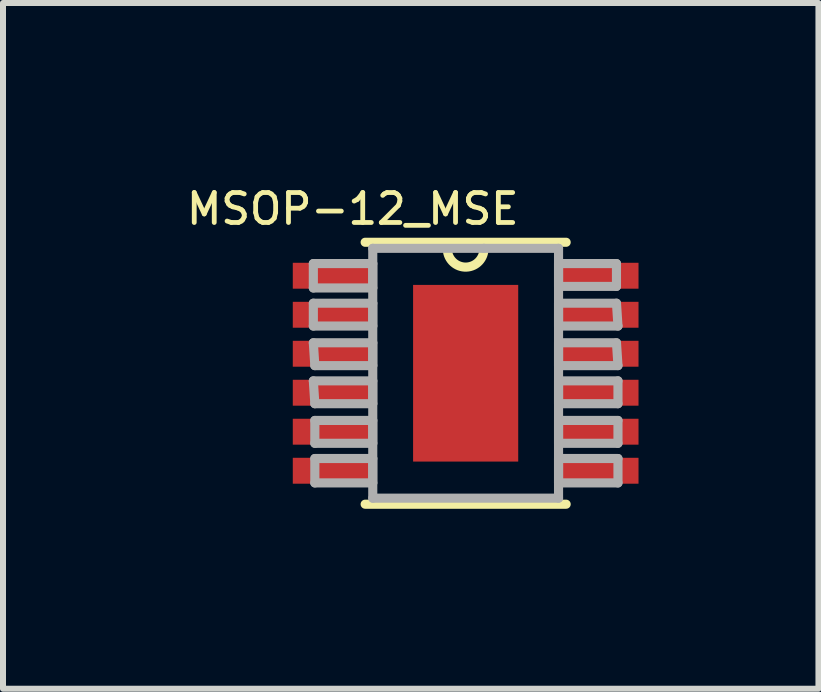
<source format=kicad_pcb>
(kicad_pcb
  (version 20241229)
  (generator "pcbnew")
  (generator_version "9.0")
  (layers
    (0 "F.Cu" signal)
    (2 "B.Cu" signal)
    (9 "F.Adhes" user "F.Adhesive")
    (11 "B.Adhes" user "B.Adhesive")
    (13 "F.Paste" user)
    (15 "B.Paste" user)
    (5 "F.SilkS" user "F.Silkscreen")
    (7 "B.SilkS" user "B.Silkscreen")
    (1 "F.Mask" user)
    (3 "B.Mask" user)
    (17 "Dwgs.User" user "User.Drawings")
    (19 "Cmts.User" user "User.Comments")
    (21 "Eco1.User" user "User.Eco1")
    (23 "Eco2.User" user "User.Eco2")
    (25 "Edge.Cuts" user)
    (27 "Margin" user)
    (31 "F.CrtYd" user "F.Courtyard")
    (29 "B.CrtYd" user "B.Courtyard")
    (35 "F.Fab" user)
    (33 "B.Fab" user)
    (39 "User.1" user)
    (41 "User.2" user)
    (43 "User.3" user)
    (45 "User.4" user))
  (footprint "MSOP-12_MSE"
    (layer "F.Cu")
    (at 4.715 3.174)
    (property "Reference" "MSOP-12_MSE" (at -1.883 -2.741 0) (layer "F.SilkS") (effects (font (size 0.5 0.5) (thickness 0.08) (bold yes))))
    (attr smd)
    (fp_line (start -1.676 2.184) (end 1.676 2.184) (stroke (width 0.152) (type solid)) (layer "F.SilkS"))
    (fp_line (start 1.676 -2.184) (end -1.676 -2.184) (stroke (width 0.152) (type solid)) (layer "F.SilkS"))
    (fp_arc (start 0.3048 -2.0828) (mid 0.0127 -1.7653) (end -0.3048 -2.0574) (stroke (width 0.1524) (type solid)) (layer "F.SilkS"))
    (fp_poly (pts (xy -0.776 -1.373) (xy -0.776 -0.1) (xy 0.776 -0.1) (xy 0.776 -1.373)) (stroke (width 0.025) (type solid)) (fill yes) (layer "F.Paste"))
    (fp_poly (pts (xy -0.776 0.1) (xy -0.776 1.373) (xy 0.776 1.373) (xy 0.776 0.1)) (stroke (width 0.025) (type solid)) (fill yes) (layer "F.Paste"))
    (fp_line (start -2.54 -1.829) (end -2.54 -1.422) (stroke (width 0.152) (type solid)) (layer "F.Fab"))
    (fp_line (start -2.54 -1.422) (end -1.549 -1.422) (stroke (width 0.152) (type solid)) (layer "F.Fab"))
    (fp_line (start -2.54 -1.168) (end -2.54 -0.787) (stroke (width 0.152) (type solid)) (layer "F.Fab"))
    (fp_line (start -2.54 -0.787) (end -1.549 -0.787) (stroke (width 0.152) (type solid)) (layer "F.Fab"))
    (fp_line (start -2.54 -0.508) (end -2.515 -0.127) (stroke (width 0.152) (type solid)) (layer "F.Fab"))
    (fp_line (start -2.54 0.127) (end -2.515 0.508) (stroke (width 0.152) (type solid)) (layer "F.Fab"))
    (fp_line (start -2.515 -0.127) (end -1.549 -0.127) (stroke (width 0.152) (type solid)) (layer "F.Fab"))
    (fp_line (start -2.515 0.508) (end -1.549 0.508) (stroke (width 0.152) (type solid)) (layer "F.Fab"))
    (fp_line (start -2.515 0.787) (end -2.515 1.168) (stroke (width 0.152) (type solid)) (layer "F.Fab"))
    (fp_line (start -2.515 1.168) (end -1.549 1.168) (stroke (width 0.152) (type solid)) (layer "F.Fab"))
    (fp_line (start -2.515 1.422) (end -2.515 1.829) (stroke (width 0.152) (type solid)) (layer "F.Fab"))
    (fp_line (start -2.515 1.829) (end -1.549 1.829) (stroke (width 0.152) (type solid)) (layer "F.Fab"))
    (fp_line (start -1.549 -2.083) (end -1.549 2.083) (stroke (width 0.152) (type solid)) (layer "F.Fab"))
    (fp_line (start -1.549 -1.829) (end -2.54 -1.829) (stroke (width 0.152) (type solid)) (layer "F.Fab"))
    (fp_line (start -1.549 -1.422) (end -1.549 -1.829) (stroke (width 0.152) (type solid)) (layer "F.Fab"))
    (fp_line (start -1.549 -1.168) (end -2.54 -1.168) (stroke (width 0.152) (type solid)) (layer "F.Fab"))
    (fp_line (start -1.549 -0.787) (end -1.549 -1.168) (stroke (width 0.152) (type solid)) (layer "F.Fab"))
    (fp_line (start -1.549 -0.508) (end -2.54 -0.508) (stroke (width 0.152) (type solid)) (layer "F.Fab"))
    (fp_line (start -1.549 -0.127) (end -1.549 -0.508) (stroke (width 0.152) (type solid)) (layer "F.Fab"))
    (fp_line (start -1.549 0.127) (end -2.54 0.127) (stroke (width 0.152) (type solid)) (layer "F.Fab"))
    (fp_line (start -1.549 0.508) (end -1.549 0.127) (stroke (width 0.152) (type solid)) (layer "F.Fab"))
    (fp_line (start -1.549 0.787) (end -2.515 0.787) (stroke (width 0.152) (type solid)) (layer "F.Fab"))
    (fp_line (start -1.549 1.168) (end -1.549 0.787) (stroke (width 0.152) (type solid)) (layer "F.Fab"))
    (fp_line (start -1.549 1.422) (end -2.515 1.422) (stroke (width 0.152) (type solid)) (layer "F.Fab"))
    (fp_line (start -1.549 1.829) (end -1.549 1.422) (stroke (width 0.152) (type solid)) (layer "F.Fab"))
    (fp_line (start -1.549 2.083) (end 1.549 2.083) (stroke (width 0.152) (type solid)) (layer "F.Fab"))
    (fp_line (start 0.305 -2.083) (end -1.549 -2.083) (stroke (width 0.152) (type solid)) (layer "F.Fab"))
    (fp_line (start 1.549 -2.083) (end 0.305 -2.083) (stroke (width 0.152) (type solid)) (layer "F.Fab"))
    (fp_line (start 1.549 -1.829) (end 1.549 -1.448) (stroke (width 0.152) (type solid)) (layer "F.Fab"))
    (fp_line (start 1.549 -1.448) (end 2.515 -1.448) (stroke (width 0.152) (type solid)) (layer "F.Fab"))
    (fp_line (start 1.549 -1.168) (end 1.549 -0.787) (stroke (width 0.152) (type solid)) (layer "F.Fab"))
    (fp_line (start 1.549 -0.787) (end 2.54 -0.787) (stroke (width 0.152) (type solid)) (layer "F.Fab"))
    (fp_line (start 1.549 -0.508) (end 1.549 -0.127) (stroke (width 0.152) (type solid)) (layer "F.Fab"))
    (fp_line (start 1.549 -0.127) (end 2.54 -0.127) (stroke (width 0.152) (type solid)) (layer "F.Fab"))
    (fp_line (start 1.549 0.127) (end 1.549 0.508) (stroke (width 0.152) (type solid)) (layer "F.Fab"))
    (fp_line (start 1.549 0.508) (end 2.54 0.508) (stroke (width 0.152) (type solid)) (layer "F.Fab"))
    (fp_line (start 1.549 0.787) (end 1.549 1.168) (stroke (width 0.152) (type solid)) (layer "F.Fab"))
    (fp_line (start 1.549 1.168) (end 2.54 1.168) (stroke (width 0.152) (type solid)) (layer "F.Fab"))
    (fp_line (start 1.549 1.422) (end 1.549 1.829) (stroke (width 0.152) (type solid)) (layer "F.Fab"))
    (fp_line (start 1.549 1.829) (end 2.54 1.829) (stroke (width 0.152) (type solid)) (layer "F.Fab"))
    (fp_line (start 1.549 2.083) (end 1.549 -2.083) (stroke (width 0.152) (type solid)) (layer "F.Fab"))
    (fp_line (start 2.515 -1.829) (end 1.549 -1.829) (stroke (width 0.152) (type solid)) (layer "F.Fab"))
    (fp_line (start 2.515 -1.448) (end 2.515 -1.829) (stroke (width 0.152) (type solid)) (layer "F.Fab"))
    (fp_line (start 2.515 -1.168) (end 1.549 -1.168) (stroke (width 0.152) (type solid)) (layer "F.Fab"))
    (fp_line (start 2.515 -0.508) (end 1.549 -0.508) (stroke (width 0.152) (type solid)) (layer "F.Fab"))
    (fp_line (start 2.54 -0.787) (end 2.515 -1.168) (stroke (width 0.152) (type solid)) (layer "F.Fab"))
    (fp_line (start 2.54 -0.127) (end 2.515 -0.508) (stroke (width 0.152) (type solid)) (layer "F.Fab"))
    (fp_line (start 2.54 0.127) (end 1.549 0.127) (stroke (width 0.152) (type solid)) (layer "F.Fab"))
    (fp_line (start 2.54 0.508) (end 2.54 0.127) (stroke (width 0.152) (type solid)) (layer "F.Fab"))
    (fp_line (start 2.54 0.787) (end 1.549 0.787) (stroke (width 0.152) (type solid)) (layer "F.Fab"))
    (fp_line (start 2.54 1.168) (end 2.54 0.787) (stroke (width 0.152) (type solid)) (layer "F.Fab"))
    (fp_line (start 2.54 1.422) (end 1.549 1.422) (stroke (width 0.152) (type solid)) (layer "F.Fab"))
    (fp_line (start 2.54 1.829) (end 2.54 1.422) (stroke (width 0.152) (type solid)) (layer "F.Fab"))
    (pad "1" smd rect (at -2.184 -1.626) (size 1.397 0.432) (layers "F.Cu" "F.Mask" "F.Paste"))
    (pad "2" smd rect (at -2.184 -0.975) (size 1.397 0.432) (layers "F.Cu" "F.Mask" "F.Paste"))
    (pad "3" smd rect (at -2.184 -0.325) (size 1.397 0.432) (layers "F.Cu" "F.Mask" "F.Paste"))
    (pad "4" smd rect (at -2.184 0.325) (size 1.397 0.432) (layers "F.Cu" "F.Mask" "F.Paste"))
    (pad "5" smd rect (at -2.184 0.975) (size 1.397 0.432) (layers "F.Cu" "F.Mask" "F.Paste"))
    (pad "6" smd rect (at -2.184 1.626) (size 1.397 0.432) (layers "F.Cu" "F.Mask" "F.Paste"))
    (pad "7" smd rect (at 2.184 1.626) (size 1.397 0.432) (layers "F.Cu" "F.Mask" "F.Paste"))
    (pad "8" smd rect (at 2.184 0.975) (size 1.397 0.432) (layers "F.Cu" "F.Mask" "F.Paste"))
    (pad "9" smd rect (at 2.184 0.325) (size 1.397 0.432) (layers "F.Cu" "F.Mask" "F.Paste"))
    (pad "10" smd rect (at 2.184 -0.325) (size 1.397 0.432) (layers "F.Cu" "F.Mask" "F.Paste"))
    (pad "11" smd rect (at 2.184 -0.975) (size 1.397 0.432) (layers "F.Cu" "F.Mask" "F.Paste"))
    (pad "12" smd rect (at 2.184 -1.626) (size 1.397 0.432) (layers "F.Cu" "F.Mask" "F.Paste"))
    (pad "13" smd rect (at 0 0) (size 1.753 2.946) (layers "F.Cu" "F.Mask")))
  (gr_rect
    (start -3 -3)
    (end 10.598 8.435)
    (stroke (width 0.1) (type default))
    (fill no)
    (layer "Edge.Cuts")))
</source>
